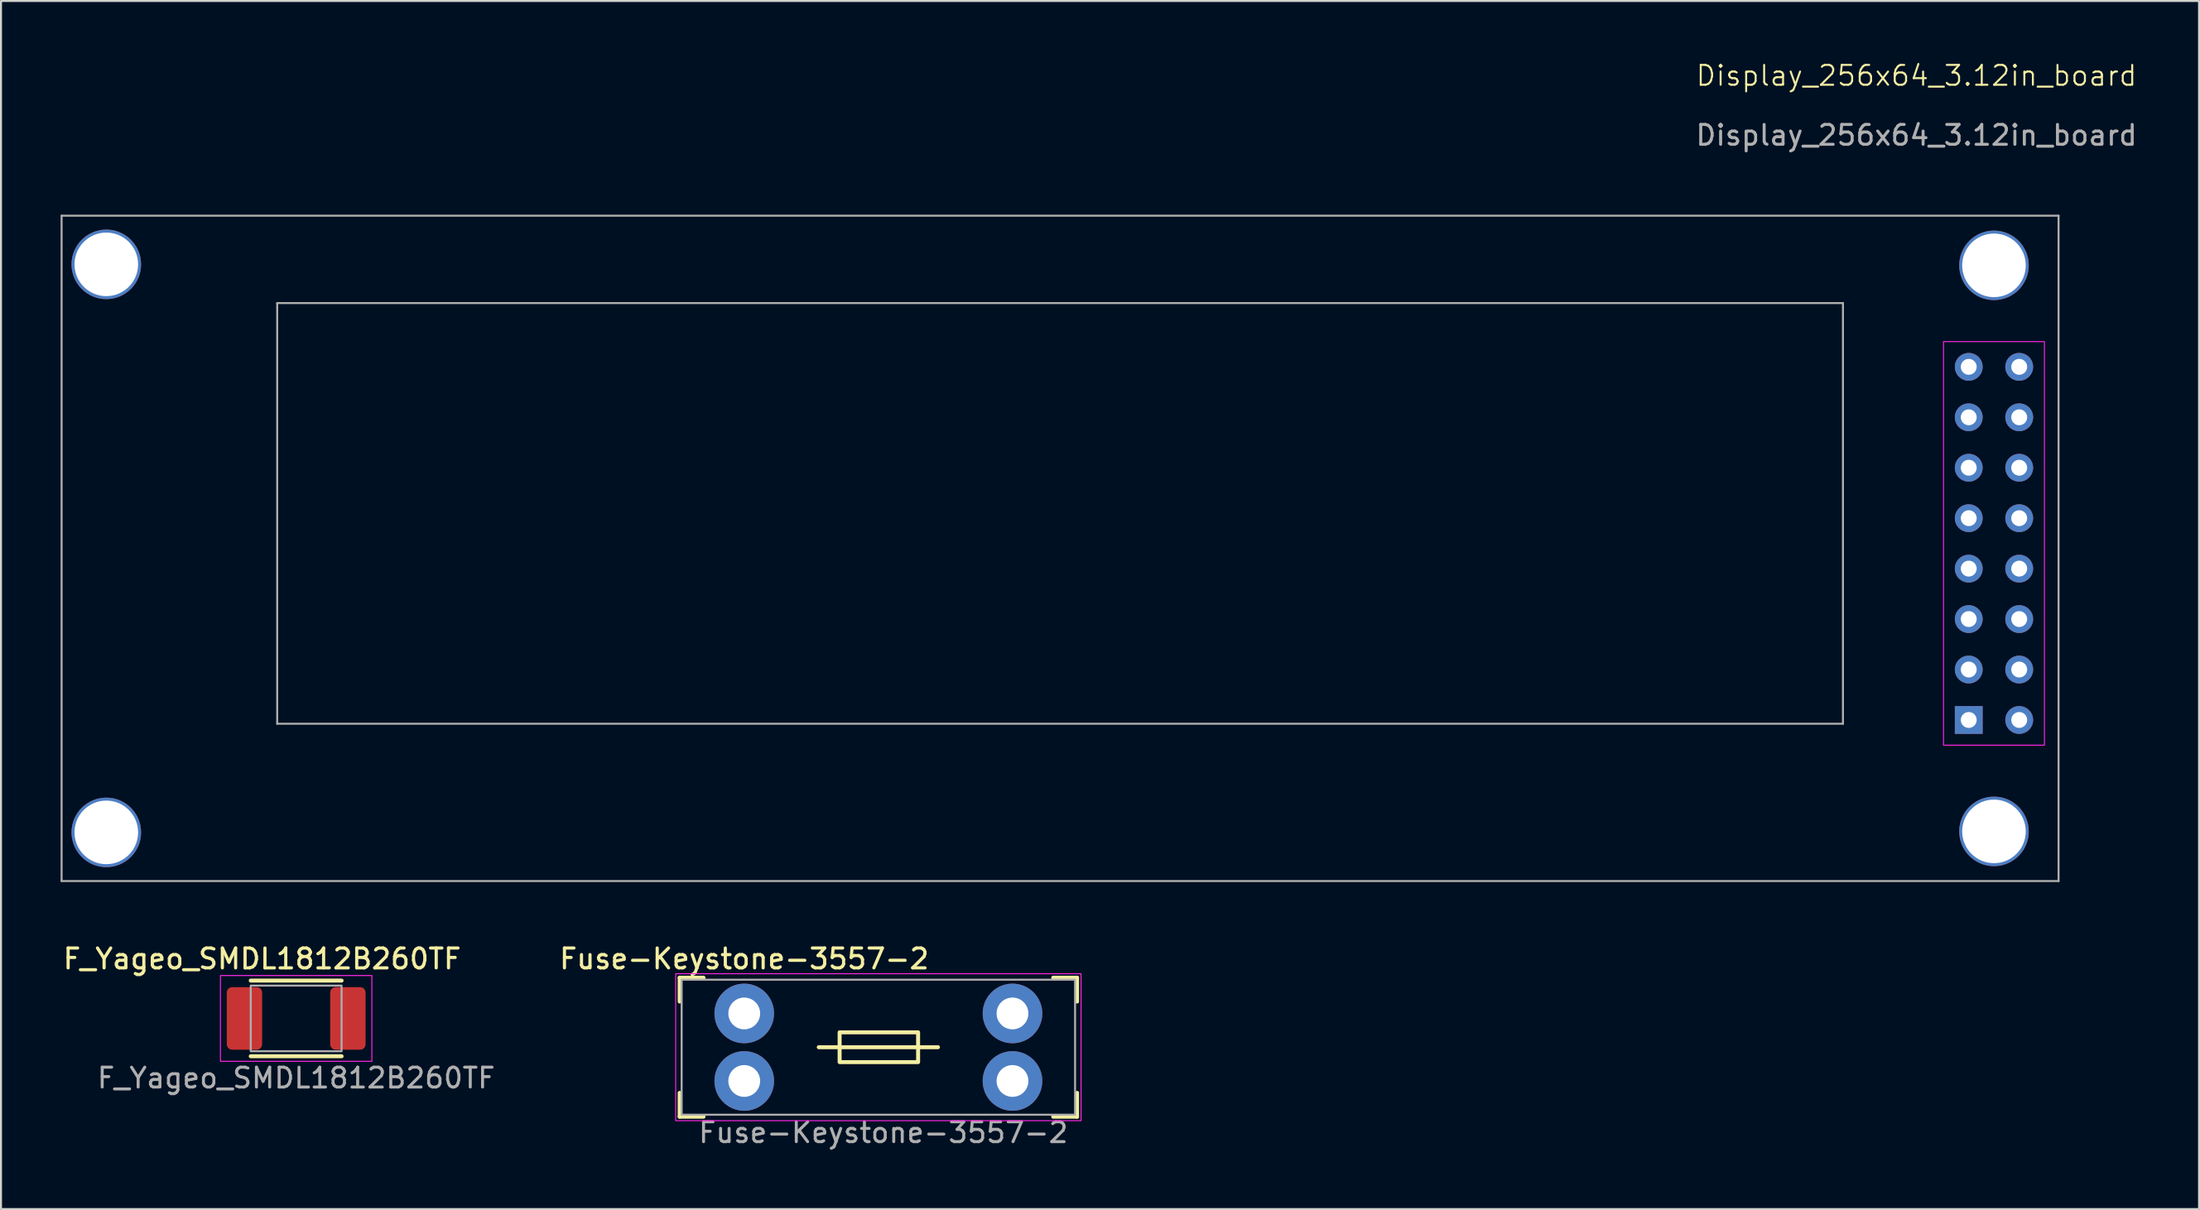
<source format=kicad_pcb>
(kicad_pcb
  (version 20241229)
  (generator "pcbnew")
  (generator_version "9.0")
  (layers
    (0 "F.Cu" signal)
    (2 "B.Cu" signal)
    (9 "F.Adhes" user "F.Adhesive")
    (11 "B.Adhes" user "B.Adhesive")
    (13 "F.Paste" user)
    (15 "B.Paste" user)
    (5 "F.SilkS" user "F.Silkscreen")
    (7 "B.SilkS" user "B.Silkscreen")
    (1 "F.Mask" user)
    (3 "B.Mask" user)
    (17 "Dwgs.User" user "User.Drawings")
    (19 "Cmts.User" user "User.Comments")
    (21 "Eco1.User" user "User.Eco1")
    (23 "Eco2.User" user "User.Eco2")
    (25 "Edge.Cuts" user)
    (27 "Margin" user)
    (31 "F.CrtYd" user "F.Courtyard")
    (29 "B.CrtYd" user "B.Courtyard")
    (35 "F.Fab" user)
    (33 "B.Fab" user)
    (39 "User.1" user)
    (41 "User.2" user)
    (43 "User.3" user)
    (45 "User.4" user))
  (footprint "Fuse-Keystone-3557-2"
    (layer "F.Cu")
    (at 41.155 49.676)
    (property "Reference" "Fuse-Keystone-3557-2" (at -6.75 -4.45 0) (unlocked yes) (layer "F.SilkS") (effects (font (size 1 1) (thickness 0.16))))
    (attr through_hole)
    (fp_line (start -10 -3.5) (end -10 -2.3) (stroke (width 0.2) (type solid)) (layer "F.SilkS"))
    (fp_line (start -10 -3.5) (end -8.8 -3.5) (stroke (width 0.2) (type solid)) (layer "F.SilkS"))
    (fp_line (start -10 3.5) (end -10 2.3) (stroke (width 0.2) (type solid)) (layer "F.SilkS"))
    (fp_line (start -10 3.5) (end -8.8 3.5) (stroke (width 0.2) (type solid)) (layer "F.SilkS"))
    (fp_line (start -3 0) (end 3 0) (stroke (width 0.2) (type solid)) (layer "F.SilkS"))
    (fp_line (start 10 -3.5) (end 8.8 -3.5) (stroke (width 0.2) (type solid)) (layer "F.SilkS"))
    (fp_line (start 10 -3.5) (end 10 -2.3) (stroke (width 0.2) (type solid)) (layer "F.SilkS"))
    (fp_line (start 10 3.5) (end 8.8 3.5) (stroke (width 0.2) (type solid)) (layer "F.SilkS"))
    (fp_line (start 10 3.5) (end 10 2.3) (stroke (width 0.2) (type solid)) (layer "F.SilkS"))
    (fp_rect (start -1.95 -0.75) (end 2 0.75) (stroke (width 0.2) (type solid)) (fill no) (layer "F.SilkS"))
    (fp_rect (start -10.2 -3.7) (end 10.2 3.7) (stroke (width 0.05) (type solid)) (fill no) (layer "F.CrtYd"))
    (fp_rect (start -9.9 -3.4) (end 9.9 3.4) (stroke (width 0.1) (type solid)) (fill no) (layer "F.Fab"))
    (fp_text user "${REFERENCE}" (at 0.25 4.3 0) (unlocked yes) (layer "F.Fab") (effects (font (size 1 1) (thickness 0.15))))
    (pad "1" thru_hole circle (at -6.75 -1.7) (size 3 3) (drill 1.6) (layers "*.Cu" "*.Mask"))
    (pad "2" thru_hole circle (at -6.75 1.7) (size 3 3) (drill 1.6) (layers "*.Cu" "*.Mask"))
    (pad "3" thru_hole circle (at 6.75 -1.7) (size 3 3) (drill 1.6) (layers "*.Cu" "*.Mask"))
    (pad "4" thru_hole circle (at 6.75 1.7) (size 3 3) (drill 1.6) (layers "*.Cu" "*.Mask")))
  (footprint "Display_256x64_3.12in_board"
    (layer "F.Cu")
    (at 50.3 22.8)
    (property "Reference" "Display_256x64_3.12in_board" (at 43.1 -22.04 0) (unlocked yes) (layer "F.SilkS") (effects (font (size 1 1) (thickness 0.1))))
    (attr through_hole)
    (fp_rect (start 44.46 -8.65) (end 49.54 11.67) (stroke (width 0.05) (type default)) (fill no) (layer "F.CrtYd"))
    (fp_line (start -50.25 -14.99) (end -50.25 18.51) (stroke (width 0.1) (type solid)) (layer "F.Fab"))
    (fp_line (start -50.25 -14.99) (end 50.25 -14.99) (stroke (width 0.1) (type solid)) (layer "F.Fab"))
    (fp_line (start -39.4 -10.59) (end -39.4 10.59) (stroke (width 0.1) (type solid)) (layer "F.Fab"))
    (fp_line (start -39.4 -10.59) (end 39.4 -10.59) (stroke (width 0.1) (type solid)) (layer "F.Fab"))
    (fp_line (start 39.4 -10.59) (end 39.4 10.59) (stroke (width 0.1) (type solid)) (layer "F.Fab"))
    (fp_line (start 39.4 10.59) (end -39.4 10.59) (stroke (width 0.1) (type default)) (layer "F.Fab"))
    (fp_line (start 50.25 -14.99) (end 50.25 18.51) (stroke (width 0.1) (type solid)) (layer "F.Fab"))
    (fp_line (start 50.25 18.51) (end -50.25 18.51) (stroke (width 0.1) (type solid)) (layer "F.Fab"))
    (fp_text user "${REFERENCE}" (at 43.1 -19.04 0) (unlocked yes) (layer "F.Fab") (effects (font (size 1 1) (thickness 0.15))))
    (pad "" thru_hole circle (at -48 -12.54) (size 3.5 3.5) (drill 3.2) (property pad_prop_castellated) (layers "*.Cu" "*.Mask"))
    (pad "" thru_hole circle (at -48 16.06) (size 3.5 3.5) (drill 3.2) (property pad_prop_castellated) (layers "*.Cu" "*.Mask"))
    (pad "" thru_hole circle (at 47 -12.49) (size 3.5 3.5) (drill 3.2) (property pad_prop_castellated) (layers "*.Cu" "*.Mask"))
    (pad "" thru_hole circle (at 47 16.01) (size 3.5 3.5) (drill 3.2) (property pad_prop_castellated) (layers "*.Cu" "*.Mask"))
    (pad "1" thru_hole rect (at 45.73 10.4) (size 1.4 1.4) (drill 0.8) (layers "*.Cu" "*.Mask"))
    (pad "2" thru_hole circle (at 48.27 10.4) (size 1.4 1.4) (drill 0.8) (layers "*.Cu" "*.Mask"))
    (pad "3" thru_hole circle (at 45.73 7.86) (size 1.4 1.4) (drill 0.8) (layers "*.Cu" "*.Mask"))
    (pad "4" thru_hole circle (at 48.27 7.86) (size 1.4 1.4) (drill 0.8) (layers "*.Cu" "*.Mask"))
    (pad "5" thru_hole circle (at 45.73 5.32) (size 1.4 1.4) (drill 0.8) (layers "*.Cu" "*.Mask"))
    (pad "6" thru_hole circle (at 48.27 5.32) (size 1.4 1.4) (drill 0.8) (layers "*.Cu" "*.Mask"))
    (pad "7" thru_hole circle (at 45.73 2.78) (size 1.4 1.4) (drill 0.8) (layers "*.Cu" "*.Mask"))
    (pad "8" thru_hole circle (at 48.27 2.78) (size 1.4 1.4) (drill 0.8) (layers "*.Cu" "*.Mask"))
    (pad "9" thru_hole circle (at 45.73 0.24) (size 1.4 1.4) (drill 0.8) (layers "*.Cu" "*.Mask"))
    (pad "10" thru_hole circle (at 48.27 0.24) (size 1.4 1.4) (drill 0.8) (layers "*.Cu" "*.Mask"))
    (pad "11" thru_hole circle (at 45.73 -2.3) (size 1.4 1.4) (drill 0.8) (layers "*.Cu" "*.Mask"))
    (pad "12" thru_hole circle (at 48.27 -2.3) (size 1.4 1.4) (drill 0.8) (layers "*.Cu" "*.Mask"))
    (pad "13" thru_hole circle (at 45.73 -4.84) (size 1.4 1.4) (drill 0.8) (layers "*.Cu" "*.Mask"))
    (pad "14" thru_hole circle (at 48.27 -4.84) (size 1.4 1.4) (drill 0.8) (layers "*.Cu" "*.Mask"))
    (pad "15" thru_hole circle (at 45.73 -7.38) (size 1.4 1.4) (drill 0.8) (layers "*.Cu" "*.Mask"))
    (pad "16" thru_hole circle (at 48.27 -7.38) (size 1.4 1.4) (drill 0.8) (layers "*.Cu" "*.Mask")))
  (footprint "F_Yageo_SMDL1812B260TF"
    (layer "F.Cu")
    (at 11.855 48.226)
    (property "Reference" "F_Yageo_SMDL1812B260TF" (at -1.714 -3 0) (unlocked yes) (layer "F.SilkS") (effects (font (size 1 1) (thickness 0.16))))
    (attr smd)
    (fp_line (start -2.286 -1.905) (end 2.286 -1.905) (stroke (width 0.2) (type solid)) (layer "F.SilkS"))
    (fp_line (start 2.286 1.905) (end -2.286 1.905) (stroke (width 0.2) (type solid)) (layer "F.SilkS"))
    (fp_rect (start -3.81 -2.159) (end 3.81 2.159) (stroke (width 0.05) (type default)) (fill no) (layer "F.CrtYd"))
    (fp_rect (start -2.286 -1.651) (end 2.286 1.651) (stroke (width 0.1) (type default)) (fill no) (layer "F.Fab"))
    (fp_text user "${REFERENCE}" (at 0 3 0) (unlocked yes) (layer "F.Fab") (effects (font (size 1 1) (thickness 0.15))))
    (pad "1" smd roundrect (at 2.603 0 90) (size 3.15 1.78) (layers "F.Cu" "F.Mask" "F.Paste") (roundrect_rratio 0.15))
    (pad "2" smd roundrect (at -2.603 0 90) (size 3.15 1.78) (layers "F.Cu" "F.Mask" "F.Paste") (roundrect_rratio 0.15)))
  (gr_rect
    (start -3 -3)
    (end 107.62 57.825)
    (stroke (width 0.1) (type default))
    (fill no)
    (layer "Edge.Cuts")))
</source>
